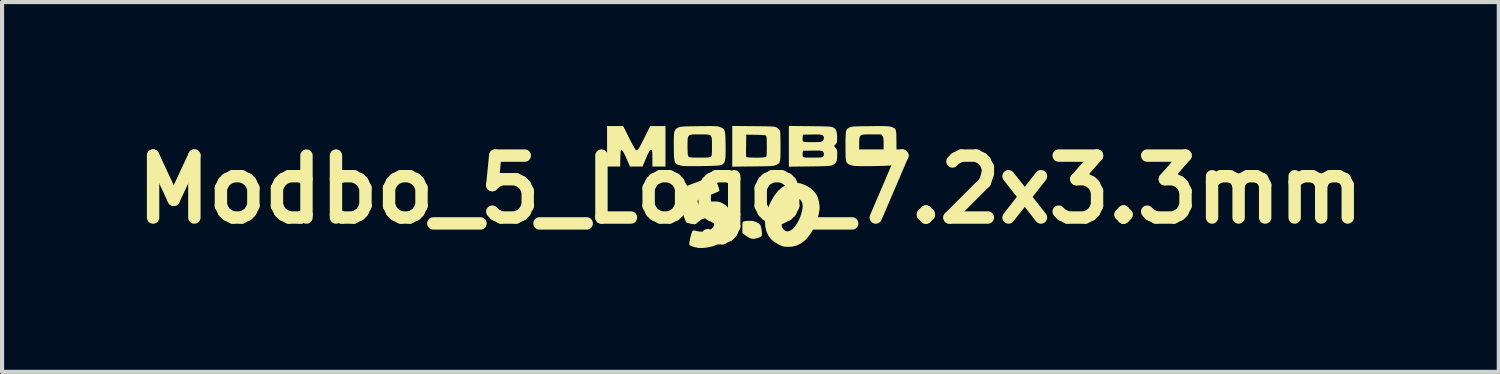
<source format=kicad_pcb>
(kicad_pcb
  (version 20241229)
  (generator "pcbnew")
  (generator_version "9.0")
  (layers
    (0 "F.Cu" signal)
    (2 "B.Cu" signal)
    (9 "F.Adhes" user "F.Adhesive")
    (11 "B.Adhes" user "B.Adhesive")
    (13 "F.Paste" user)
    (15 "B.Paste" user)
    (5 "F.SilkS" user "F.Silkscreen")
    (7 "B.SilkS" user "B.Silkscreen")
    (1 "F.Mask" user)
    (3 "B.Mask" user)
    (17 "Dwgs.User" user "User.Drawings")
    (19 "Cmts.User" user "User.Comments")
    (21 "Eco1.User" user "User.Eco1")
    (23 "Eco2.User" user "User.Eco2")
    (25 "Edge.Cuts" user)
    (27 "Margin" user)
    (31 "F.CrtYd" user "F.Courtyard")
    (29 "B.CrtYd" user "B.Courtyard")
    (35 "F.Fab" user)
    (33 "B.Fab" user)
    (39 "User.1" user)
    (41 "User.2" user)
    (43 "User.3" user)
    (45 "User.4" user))
  (footprint "Modbo_5_Logo_7.2x3.3mm"
    (layer "F.Cu")
    (at 15.121 1.539)
    (property "Reference" "Modbo_5_Logo_7.2x3.3mm" (at 0 0 0) (layer "F.SilkS") (effects (font (size 1.5 1.5) (thickness 0.3))))
    (attr board_only exclude_from_pos_files exclude_from_bom)
    (fp_poly (pts (xy 0.049 0.761) (xy 0.103 0.773) (xy 0.149 0.793) (xy 0.191 0.816) (xy 0.223 0.837) (xy 0.233 0.847) (xy 0.248 0.879) (xy 0.262 0.929) (xy 0.273 0.988) (xy 0.279 1.044) (xy 0.279 1.082) (xy 0.274 1.118) (xy 0.26 1.139) (xy 0.231 1.155) (xy 0.209 1.163) (xy 0.136 1.186) (xy 0.08 1.196) (xy 0.033 1.192) (xy 0.007 1.185) (xy -0.032 1.167) (xy -0.081 1.137) (xy -0.119 1.111) (xy -0.195 1.055) (xy -0.195 0.92) (xy -0.194 0.857) (xy -0.192 0.817) (xy -0.187 0.794) (xy -0.177 0.781) (xy -0.161 0.773) (xy -0.158 0.772) (xy -0.125 0.765) (xy -0.074 0.759) (xy -0.02 0.758)) (stroke (width 0) (type solid)) (fill yes) (layer "F.SilkS"))
    (fp_poly (pts (xy -2.937 -1.248) (xy -2.894 -1.164) (xy -2.854 -1.088) (xy -2.819 -1.026) (xy -2.792 -0.98) (xy -2.774 -0.954) (xy -2.77 -0.95) (xy -2.755 -0.948) (xy -2.738 -0.955) (xy -2.719 -0.974) (xy -2.696 -1.007) (xy -2.667 -1.058) (xy -2.629 -1.129) (xy -2.582 -1.222) (xy -2.562 -1.262) (xy -2.425 -1.537) (xy -2.241 -1.537) (xy -2.057 -1.537) (xy -2.057 -1.046) (xy -2.057 -0.556) (xy -2.215 -0.556) (xy -2.374 -0.556) (xy -2.374 -0.751) (xy -2.375 -0.832) (xy -2.376 -0.888) (xy -2.38 -0.925) (xy -2.386 -0.945) (xy -2.395 -0.954) (xy -2.396 -0.955) (xy -2.412 -0.957) (xy -2.428 -0.951) (xy -2.445 -0.93) (xy -2.466 -0.894) (xy -2.493 -0.837) (xy -2.527 -0.757) (xy -2.533 -0.744) (xy -2.612 -0.556) (xy -2.765 -0.556) (xy -2.917 -0.556) (xy -3.003 -0.754) (xy -3.039 -0.834) (xy -3.066 -0.89) (xy -3.087 -0.926) (xy -3.103 -0.946) (xy -3.117 -0.952) (xy -3.118 -0.953) (xy -3.129 -0.951) (xy -3.137 -0.942) (xy -3.143 -0.923) (xy -3.146 -0.888) (xy -3.148 -0.833) (xy -3.15 -0.754) (xy -3.15 -0.754) (xy -3.154 -0.556) (xy -3.313 -0.556) (xy -3.471 -0.556) (xy -3.471 -1.046) (xy -3.471 -1.537) (xy -3.276 -1.537) (xy -3.081 -1.537)) (stroke (width 0) (type solid)) (fill yes) (layer "F.SilkS"))
    (fp_poly (pts (xy 0.069 -1.534) (xy 0.204 -1.533) (xy 0.314 -1.532) (xy 0.401 -1.53) (xy 0.469 -1.528) (xy 0.52 -1.525) (xy 0.559 -1.522) (xy 0.587 -1.518) (xy 0.608 -1.512) (xy 0.626 -1.505) (xy 0.635 -1.501) (xy 0.675 -1.475) (xy 0.705 -1.445) (xy 0.71 -1.436) (xy 0.717 -1.413) (xy 0.722 -1.37) (xy 0.725 -1.305) (xy 0.727 -1.217) (xy 0.728 -1.103) (xy 0.729 -1.045) (xy 0.729 -0.926) (xy 0.727 -0.833) (xy 0.725 -0.762) (xy 0.719 -0.709) (xy 0.709 -0.671) (xy 0.695 -0.643) (xy 0.676 -0.624) (xy 0.649 -0.608) (xy 0.616 -0.593) (xy 0.61 -0.59) (xy 0.591 -0.583) (xy 0.567 -0.577) (xy 0.537 -0.573) (xy 0.496 -0.569) (xy 0.442 -0.566) (xy 0.372 -0.564) (xy 0.281 -0.562) (xy 0.168 -0.56) (xy 0.054 -0.559) (xy -0.44 -0.553) (xy -0.44 -0.909) (xy -0.106 -0.909) (xy -0.105 -0.848) (xy -0.104 -0.807) (xy -0.102 -0.791) (xy -0.086 -0.784) (xy -0.046 -0.778) (xy 0.01 -0.774) (xy 0.077 -0.772) (xy 0.148 -0.771) (xy 0.219 -0.772) (xy 0.283 -0.775) (xy 0.333 -0.779) (xy 0.365 -0.785) (xy 0.369 -0.787) (xy 0.379 -0.794) (xy 0.387 -0.807) (xy 0.392 -0.828) (xy 0.395 -0.864) (xy 0.396 -0.917) (xy 0.397 -0.992) (xy 0.397 -1.045) (xy 0.396 -1.138) (xy 0.395 -1.207) (xy 0.392 -1.254) (xy 0.387 -1.284) (xy 0.38 -1.301) (xy 0.376 -1.305) (xy 0.351 -1.314) (xy 0.299 -1.319) (xy 0.219 -1.323) (xy 0.127 -1.325) (xy -0.101 -1.328) (xy -0.105 -1.068) (xy -0.106 -0.984) (xy -0.106 -0.909) (xy -0.44 -0.909) (xy -0.44 -1.046) (xy -0.44 -1.539)) (stroke (width 0) (type solid)) (fill yes) (layer "F.SilkS"))
    (fp_poly (pts (xy 1.21 -0.148) (xy 1.318 -0.11) (xy 1.42 -0.055) (xy 1.511 0.017) (xy 1.584 0.101) (xy 1.603 0.131) (xy 1.635 0.201) (xy 1.659 0.289) (xy 1.673 0.38) (xy 1.675 0.465) (xy 1.674 0.482) (xy 1.648 0.625) (xy 1.604 0.77) (xy 1.545 0.912) (xy 1.473 1.042) (xy 1.393 1.155) (xy 1.33 1.223) (xy 1.227 1.304) (xy 1.119 1.358) (xy 1.004 1.384) (xy 0.962 1.387) (xy 0.904 1.388) (xy 0.852 1.386) (xy 0.818 1.384) (xy 0.815 1.383) (xy 0.76 1.366) (xy 0.693 1.335) (xy 0.623 1.296) (xy 0.559 1.255) (xy 0.513 1.217) (xy 0.44 1.126) (xy 0.389 1.018) (xy 0.36 0.896) (xy 0.358 0.849) (xy 0.758 0.849) (xy 0.761 0.897) (xy 0.774 0.931) (xy 0.805 0.966) (xy 0.807 0.968) (xy 0.851 1.004) (xy 0.894 1.016) (xy 0.945 1.004) (xy 0.969 0.994) (xy 1.026 0.954) (xy 1.084 0.889) (xy 1.139 0.805) (xy 1.189 0.707) (xy 1.225 0.612) (xy 1.255 0.499) (xy 1.266 0.407) (xy 1.258 0.333) (xy 1.231 0.275) (xy 1.225 0.268) (xy 1.196 0.239) (xy 1.165 0.227) (xy 1.122 0.224) (xy 1.085 0.225) (xy 1.058 0.234) (xy 1.03 0.253) (xy 0.993 0.288) (xy 0.98 0.301) (xy 0.909 0.391) (xy 0.847 0.501) (xy 0.799 0.621) (xy 0.768 0.742) (xy 0.758 0.849) (xy 0.358 0.849) (xy 0.354 0.764) (xy 0.372 0.624) (xy 0.382 0.583) (xy 0.401 0.52) (xy 0.43 0.442) (xy 0.464 0.36) (xy 0.494 0.296) (xy 0.575 0.153) (xy 0.665 0.037) (xy 0.766 -0.053) (xy 0.877 -0.117) (xy 0.998 -0.156) (xy 1.101 -0.164)) (stroke (width 0) (type solid)) (fill yes) (layer "F.SilkS"))
    (fp_poly (pts (xy 1.44 -1.534) (xy 1.578 -1.532) (xy 1.69 -1.531) (xy 1.779 -1.529) (xy 1.849 -1.526) (xy 1.901 -1.523) (xy 1.941 -1.52) (xy 1.969 -1.515) (xy 1.99 -1.509) (xy 2 -1.505) (xy 2.044 -1.476) (xy 2.073 -1.436) (xy 2.091 -1.378) (xy 2.099 -1.299) (xy 2.1 -1.256) (xy 2.099 -1.195) (xy 2.096 -1.155) (xy 2.088 -1.129) (xy 2.075 -1.109) (xy 2.064 -1.098) (xy 2.037 -1.07) (xy 2.031 -1.048) (xy 2.046 -1.023) (xy 2.065 -1.001) (xy 2.086 -0.977) (xy 2.097 -0.952) (xy 2.102 -0.916) (xy 2.102 -0.86) (xy 2.102 -0.858) (xy 2.099 -0.77) (xy 2.09 -0.704) (xy 2.072 -0.657) (xy 2.043 -0.623) (xy 2.002 -0.596) (xy 1.985 -0.588) (xy 1.966 -0.582) (xy 1.941 -0.577) (xy 1.904 -0.572) (xy 1.855 -0.569) (xy 1.789 -0.566) (xy 1.703 -0.563) (xy 1.595 -0.561) (xy 1.462 -0.559) (xy 1.432 -0.559) (xy 0.931 -0.553) (xy 0.931 -0.838) (xy 1.263 -0.838) (xy 1.265 -0.81) (xy 1.274 -0.792) (xy 1.295 -0.781) (xy 1.332 -0.775) (xy 1.388 -0.772) (xy 1.468 -0.772) (xy 1.503 -0.772) (xy 1.592 -0.773) (xy 1.656 -0.774) (xy 1.7 -0.777) (xy 1.73 -0.782) (xy 1.748 -0.79) (xy 1.756 -0.796) (xy 1.778 -0.833) (xy 1.779 -0.878) (xy 1.76 -0.917) (xy 1.756 -0.922) (xy 1.742 -0.931) (xy 1.721 -0.937) (xy 1.69 -0.941) (xy 1.642 -0.943) (xy 1.575 -0.943) (xy 1.499 -0.942) (xy 1.27 -0.938) (xy 1.265 -0.875) (xy 1.263 -0.838) (xy 0.931 -0.838) (xy 0.931 -1.046) (xy 0.931 -1.217) (xy 1.263 -1.217) (xy 1.265 -1.188) (xy 1.274 -1.168) (xy 1.295 -1.156) (xy 1.331 -1.15) (xy 1.388 -1.148) (xy 1.468 -1.147) (xy 1.496 -1.147) (xy 1.581 -1.148) (xy 1.641 -1.149) (xy 1.683 -1.151) (xy 1.711 -1.156) (xy 1.73 -1.164) (xy 1.745 -1.175) (xy 1.749 -1.179) (xy 1.776 -1.22) (xy 1.781 -1.263) (xy 1.763 -1.301) (xy 1.748 -1.313) (xy 1.73 -1.322) (xy 1.702 -1.328) (xy 1.661 -1.332) (xy 1.602 -1.333) (xy 1.52 -1.332) (xy 1.492 -1.332) (xy 1.27 -1.328) (xy 1.266 -1.257) (xy 1.263 -1.217) (xy 0.931 -1.217) (xy 0.931 -1.539)) (stroke (width 0) (type solid)) (fill yes) (layer "F.SilkS"))
    (fp_poly (pts (xy -0.942 -1.536) (xy -0.881 -1.535) (xy -0.835 -1.532) (xy -0.8 -1.529) (xy -0.773 -1.524) (xy -0.75 -1.517) (xy -0.737 -1.513) (xy -0.698 -1.497) (xy -0.667 -1.481) (xy -0.644 -1.46) (xy -0.628 -1.43) (xy -0.617 -1.389) (xy -0.609 -1.333) (xy -0.605 -1.257) (xy -0.603 -1.158) (xy -0.601 -1.086) (xy -0.6 -0.957) (xy -0.601 -0.854) (xy -0.605 -0.774) (xy -0.613 -0.713) (xy -0.626 -0.668) (xy -0.644 -0.636) (xy -0.669 -0.613) (xy -0.701 -0.597) (xy -0.729 -0.587) (xy -0.758 -0.583) (xy -0.811 -0.579) (xy -0.884 -0.575) (xy -0.972 -0.572) (xy -1.07 -0.569) (xy -1.173 -0.567) (xy -1.277 -0.566) (xy -1.378 -0.566) (xy -1.47 -0.566) (xy -1.549 -0.567) (xy -1.611 -0.57) (xy -1.65 -0.573) (xy -1.703 -0.584) (xy -1.752 -0.599) (xy -1.77 -0.607) (xy -1.795 -0.622) (xy -1.814 -0.642) (xy -1.829 -0.668) (xy -1.84 -0.706) (xy -1.847 -0.758) (xy -1.852 -0.828) (xy -1.854 -0.919) (xy -1.854 -1.036) (xy -1.854 -1.057) (xy -1.855 -1.075) (xy -1.523 -1.075) (xy -1.523 -1.049) (xy -1.522 -0.961) (xy -1.52 -0.897) (xy -1.517 -0.853) (xy -1.512 -0.824) (xy -1.504 -0.806) (xy -1.499 -0.798) (xy -1.487 -0.789) (xy -1.47 -0.782) (xy -1.443 -0.777) (xy -1.402 -0.774) (xy -1.342 -0.773) (xy -1.26 -0.772) (xy -1.229 -0.772) (xy -1.137 -0.772) (xy -1.069 -0.774) (xy -1.021 -0.777) (xy -0.99 -0.781) (xy -0.969 -0.788) (xy -0.957 -0.796) (xy -0.947 -0.808) (xy -0.94 -0.826) (xy -0.935 -0.854) (xy -0.932 -0.897) (xy -0.931 -0.961) (xy -0.931 -1.044) (xy -0.931 -1.142) (xy -0.933 -1.215) (xy -0.942 -1.267) (xy -0.96 -1.301) (xy -0.991 -1.322) (xy -1.04 -1.332) (xy -1.11 -1.335) (xy -1.204 -1.335) (xy -1.225 -1.335) (xy -1.325 -1.335) (xy -1.399 -1.333) (xy -1.452 -1.325) (xy -1.487 -1.307) (xy -1.508 -1.277) (xy -1.519 -1.231) (xy -1.522 -1.164) (xy -1.523 -1.075) (xy -1.855 -1.075) (xy -1.855 -1.172) (xy -1.854 -1.266) (xy -1.85 -1.342) (xy -1.839 -1.402) (xy -1.82 -1.447) (xy -1.789 -1.48) (xy -1.745 -1.503) (xy -1.684 -1.518) (xy -1.604 -1.526) (xy -1.503 -1.53) (xy -1.378 -1.532) (xy -1.248 -1.534) (xy -1.122 -1.535) (xy -1.021 -1.536)) (stroke (width 0) (type solid)) (fill yes) (layer "F.SilkS"))
    (fp_poly (pts (xy 3.211 -1.536) (xy 3.274 -1.534) (xy 3.322 -1.532) (xy 3.359 -1.528) (xy 3.387 -1.523) (xy 3.411 -1.516) (xy 3.411 -1.516) (xy 3.447 -1.504) (xy 3.475 -1.492) (xy 3.497 -1.477) (xy 3.512 -1.456) (xy 3.523 -1.424) (xy 3.53 -1.38) (xy 3.534 -1.318) (xy 3.535 -1.237) (xy 3.536 -1.132) (xy 3.536 -1.053) (xy 3.536 -0.673) (xy 3.501 -0.636) (xy 3.461 -0.606) (xy 3.415 -0.586) (xy 3.414 -0.586) (xy 3.383 -0.581) (xy 3.329 -0.578) (xy 3.254 -0.574) (xy 3.166 -0.571) (xy 3.067 -0.569) (xy 2.964 -0.567) (xy 2.86 -0.566) (xy 2.761 -0.566) (xy 2.67 -0.566) (xy 2.594 -0.568) (xy 2.537 -0.57) (xy 2.507 -0.573) (xy 2.454 -0.584) (xy 2.406 -0.599) (xy 2.388 -0.606) (xy 2.363 -0.621) (xy 2.343 -0.639) (xy 2.328 -0.662) (xy 2.317 -0.695) (xy 2.31 -0.741) (xy 2.305 -0.804) (xy 2.303 -0.887) (xy 2.302 -0.993) (xy 2.302 -1.056) (xy 2.302 -1.077) (xy 2.634 -1.077) (xy 2.634 -1.049) (xy 2.634 -0.961) (xy 2.636 -0.897) (xy 2.639 -0.853) (xy 2.644 -0.824) (xy 2.652 -0.806) (xy 2.658 -0.798) (xy 2.669 -0.789) (xy 2.687 -0.782) (xy 2.714 -0.777) (xy 2.756 -0.774) (xy 2.816 -0.773) (xy 2.901 -0.772) (xy 2.92 -0.772) (xy 3.009 -0.772) (xy 3.073 -0.773) (xy 3.118 -0.776) (xy 3.149 -0.78) (xy 3.169 -0.786) (xy 3.184 -0.796) (xy 3.192 -0.803) (xy 3.205 -0.817) (xy 3.214 -0.833) (xy 3.22 -0.856) (xy 3.223 -0.891) (xy 3.225 -0.943) (xy 3.225 -1.017) (xy 3.226 -1.047) (xy 3.225 -1.131) (xy 3.224 -1.191) (xy 3.221 -1.232) (xy 3.215 -1.26) (xy 3.207 -1.281) (xy 3.196 -1.297) (xy 3.166 -1.335) (xy 2.933 -1.335) (xy 2.833 -1.335) (xy 2.758 -1.333) (xy 2.705 -1.325) (xy 2.669 -1.308) (xy 2.648 -1.278) (xy 2.638 -1.232) (xy 2.634 -1.166) (xy 2.634 -1.077) (xy 2.302 -1.077) (xy 2.302 -1.174) (xy 2.304 -1.266) (xy 2.307 -1.337) (xy 2.312 -1.39) (xy 2.321 -1.427) (xy 2.334 -1.454) (xy 2.351 -1.474) (xy 2.374 -1.489) (xy 2.396 -1.501) (xy 2.414 -1.509) (xy 2.435 -1.515) (xy 2.462 -1.52) (xy 2.498 -1.524) (xy 2.547 -1.527) (xy 2.612 -1.53) (xy 2.697 -1.532) (xy 2.804 -1.533) (xy 2.897 -1.534) (xy 3.026 -1.536) (xy 3.129 -1.536)) (stroke (width 0) (type solid)) (fill yes) (layer "F.SilkS"))
    (fp_poly (pts (xy -0.876 -0.307) (xy -0.856 -0.271) (xy -0.833 -0.22) (xy -0.809 -0.161) (xy -0.786 -0.1) (xy -0.767 -0.044) (xy -0.755 0.001) (xy -0.752 0.03) (xy -0.753 0.034) (xy -0.77 0.045) (xy -0.809 0.064) (xy -0.867 0.089) (xy -0.939 0.118) (xy -1.02 0.149) (xy -1.025 0.151) (xy -1.117 0.186) (xy -1.185 0.213) (xy -1.233 0.235) (xy -1.262 0.253) (xy -1.277 0.271) (xy -1.28 0.291) (xy -1.274 0.315) (xy -1.263 0.347) (xy -1.262 0.348) (xy -1.25 0.38) (xy -1.144 0.335) (xy -1.088 0.313) (xy -1.041 0.3) (xy -0.991 0.293) (xy -0.927 0.29) (xy -0.902 0.29) (xy -0.834 0.29) (xy -0.785 0.294) (xy -0.745 0.303) (xy -0.706 0.318) (xy -0.683 0.329) (xy -0.606 0.376) (xy -0.543 0.438) (xy -0.488 0.52) (xy -0.463 0.569) (xy -0.442 0.618) (xy -0.428 0.659) (xy -0.422 0.702) (xy -0.419 0.758) (xy -0.419 0.801) (xy -0.42 0.869) (xy -0.424 0.919) (xy -0.434 0.959) (xy -0.45 1.001) (xy -0.462 1.025) (xy -0.53 1.132) (xy -0.623 1.225) (xy -0.74 1.302) (xy -0.88 1.363) (xy -0.923 1.377) (xy -1.002 1.396) (xy -1.09 1.41) (xy -1.177 1.416) (xy -1.252 1.415) (xy -1.27 1.412) (xy -1.337 1.399) (xy -1.398 1.381) (xy -1.446 1.361) (xy -1.475 1.342) (xy -1.478 1.337) (xy -1.481 1.312) (xy -1.476 1.267) (xy -1.465 1.21) (xy -1.451 1.147) (xy -1.435 1.088) (xy -1.418 1.039) (xy -1.403 1.008) (xy -1.4 1.004) (xy -1.383 0.993) (xy -1.359 0.992) (xy -1.319 1.001) (xy -1.311 1.004) (xy -1.221 1.02) (xy -1.136 1.021) (xy -1.058 1.008) (xy -0.99 0.982) (xy -0.935 0.947) (xy -0.897 0.903) (xy -0.878 0.854) (xy -0.881 0.801) (xy -0.909 0.747) (xy -0.927 0.726) (xy -0.956 0.7) (xy -0.989 0.689) (xy -1.038 0.686) (xy -1.038 0.686) (xy -1.112 0.698) (xy -1.188 0.729) (xy -1.257 0.776) (xy -1.288 0.807) (xy -1.319 0.833) (xy -1.357 0.843) (xy -1.409 0.837) (xy -1.436 0.831) (xy -1.483 0.819) (xy -1.525 0.809) (xy -1.526 0.809) (xy -1.538 0.806) (xy -1.549 0.798) (xy -1.56 0.783) (xy -1.573 0.758) (xy -1.588 0.72) (xy -1.608 0.666) (xy -1.632 0.592) (xy -1.664 0.496) (xy -1.69 0.417) (xy -1.726 0.305) (xy -1.755 0.208) (xy -1.779 0.129) (xy -1.794 0.069) (xy -1.802 0.032) (xy -1.802 0.021) (xy -1.784 0.012) (xy -1.744 -0.006) (xy -1.684 -0.03) (xy -1.609 -0.06) (xy -1.523 -0.093) (xy -1.43 -0.129) (xy -1.333 -0.165) (xy -1.237 -0.201) (xy -1.145 -0.235) (xy -1.062 -0.265) (xy -0.991 -0.29) (xy -0.936 -0.309) (xy -0.901 -0.32) (xy -0.89 -0.322)) (stroke (width 0) (type solid)) (fill yes) (layer "F.SilkS")))
  (gr_rect
    (start -3 -3)
    (end 33.243 5.955)
    (stroke (width 0.1) (type default))
    (fill no)
    (layer "Edge.Cuts")))
</source>
